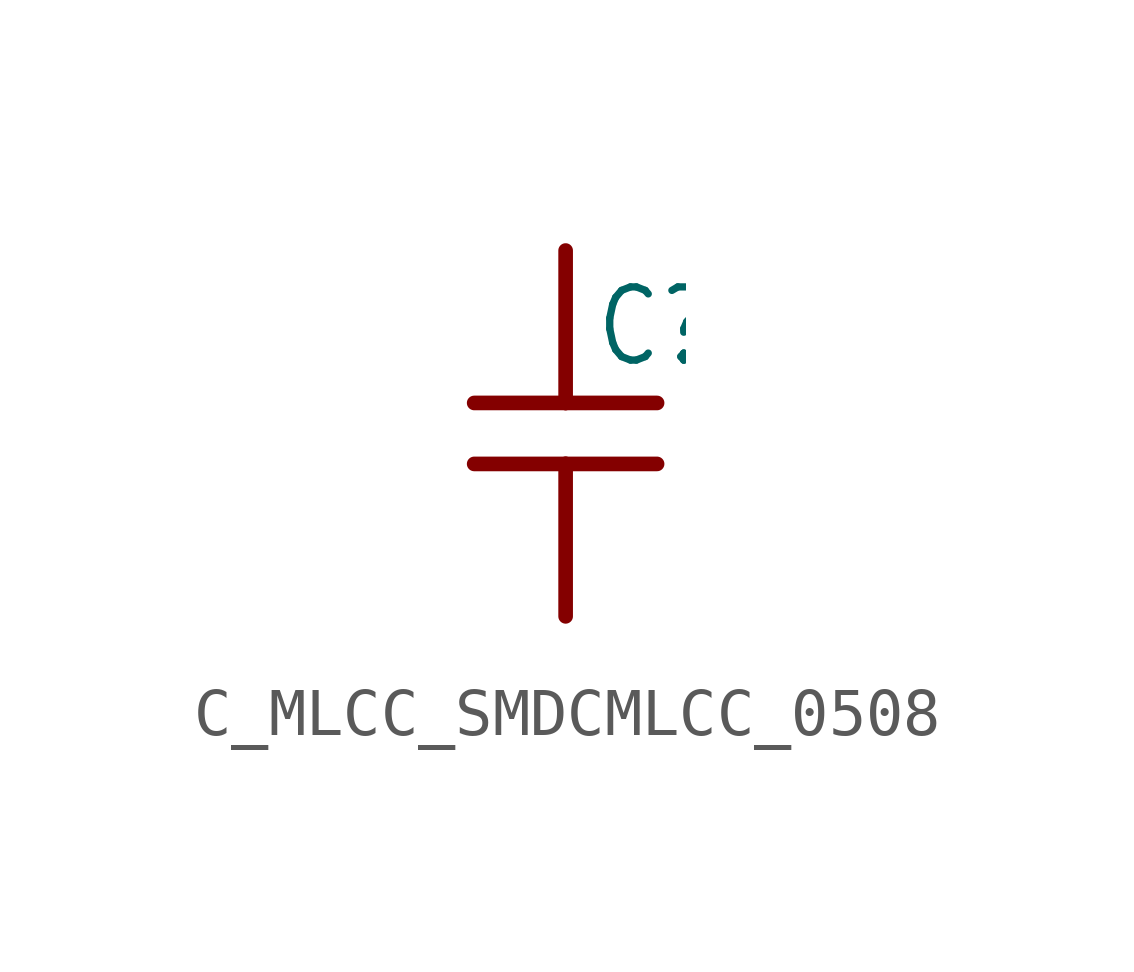
<source format=kicad_sym>
(kicad_symbol_lib
  (version 20231120)
  (generator "kicad_symbol_editor")
  (generator_version "8.0")
  (symbol "C_MLCC_SMDCMLCC_0508"
    (property "Reference" "C"
      (at 0.572 0.064 0)
      (effects (font (size 1.524 1.295)) (justify left bottom)))
    (property "Value" ""
      (at 0.572 -4.381 0)
      (effects (font (size 1.524 1.295)) (justify left bottom)))
    (property "ki_locked" ""
      (at 0 0 0)
      (effects (font (size 1.27 1.27))))
    (symbol "C_MLCC_SMDCMLCC_0508_1_0"
      (polyline (pts (xy -1.905 -1.905) (xy 0 -1.905)) (stroke (width 0.305) (type solid)) (fill (type none)))
      (polyline (pts (xy 0 -1.905) (xy 0 -5.08)) (stroke (width 0.305) (type solid)) (fill (type none)))
      (polyline (pts (xy 0 -1.905) (xy 1.905 -1.905)) (stroke (width 0.305) (type solid)) (fill (type none)))
      (polyline (pts (xy 0 -0.635) (xy -1.905 -0.635)) (stroke (width 0.305) (type solid)) (fill (type none)))
      (polyline (pts (xy 0 -0.635) (xy 0 2.54)) (stroke (width 0.305) (type solid)) (fill (type none)))
      (polyline (pts (xy 1.905 -0.635) (xy 0 -0.635)) (stroke (width 0.305) (type solid)) (fill (type none)))
      (pin passive line (at 0 2.54 270) (length 0) (name "1" (effects (font (size 0 0)))) (number "P$1" (effects (font (size 0 0)))))
      (pin passive line (at 0 -5.08 90) (length 0) (name "2" (effects (font (size 0 0)))) (number "P$2" (effects (font (size 0 0))))))))
</source>
